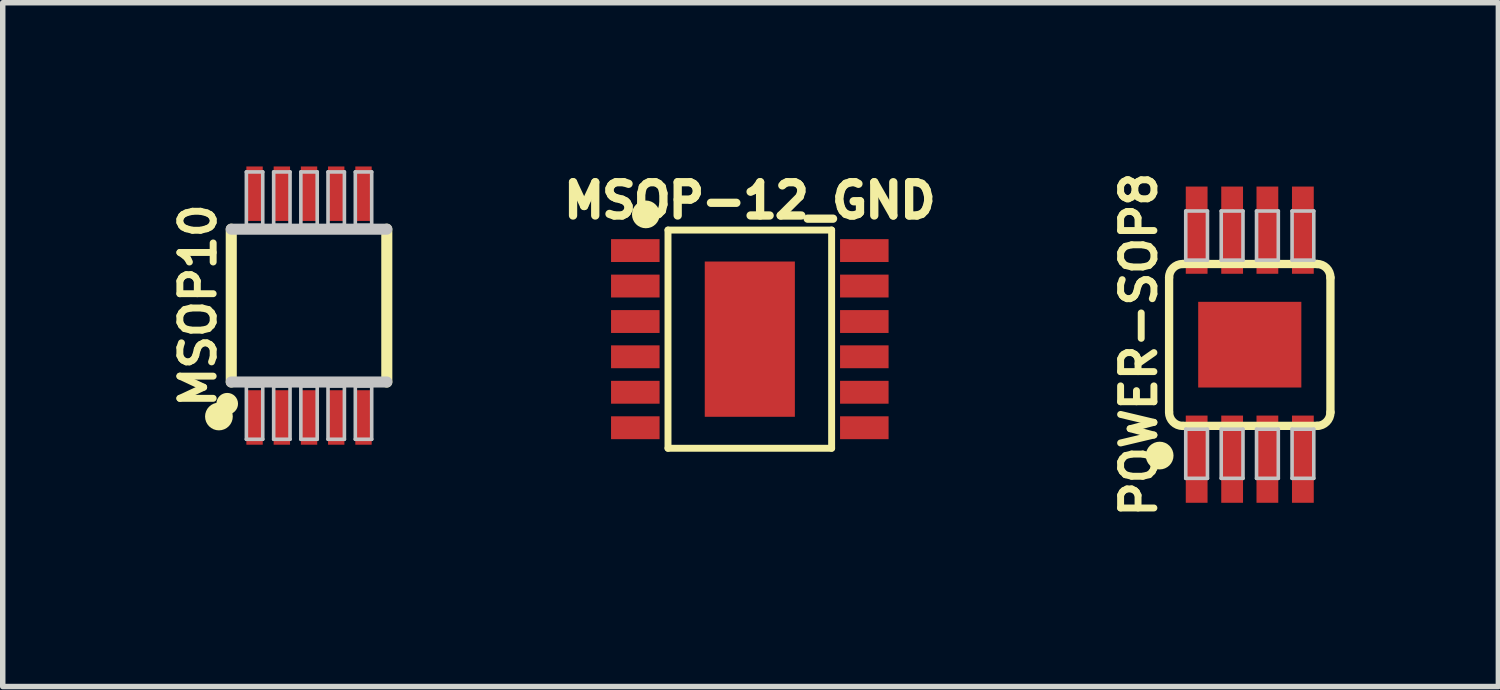
<source format=kicad_pcb>
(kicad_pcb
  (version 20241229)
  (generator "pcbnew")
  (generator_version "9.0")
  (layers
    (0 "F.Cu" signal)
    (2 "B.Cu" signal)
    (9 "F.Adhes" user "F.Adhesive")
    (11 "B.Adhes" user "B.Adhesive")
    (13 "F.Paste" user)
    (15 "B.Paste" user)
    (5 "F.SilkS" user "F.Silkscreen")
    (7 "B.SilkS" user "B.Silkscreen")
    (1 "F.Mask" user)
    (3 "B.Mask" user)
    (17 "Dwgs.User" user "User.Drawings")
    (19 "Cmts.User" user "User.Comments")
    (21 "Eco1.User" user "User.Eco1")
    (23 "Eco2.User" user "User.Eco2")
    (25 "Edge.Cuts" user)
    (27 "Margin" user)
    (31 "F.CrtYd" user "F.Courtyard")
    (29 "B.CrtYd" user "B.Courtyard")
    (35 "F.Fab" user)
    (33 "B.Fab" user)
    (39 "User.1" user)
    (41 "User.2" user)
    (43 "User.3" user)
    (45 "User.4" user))
  (footprint "POWER-SOP8"
    (layer "F.Cu")
    (at 19.848 3.265)
    (property "Reference" "POWER-SOP8" (at -2.032 0 90) (layer "F.SilkS") (effects (font (size 0.61 0.61) (thickness 0.127))))
    (attr smd)
    (fp_line (start -1.478 -1.229) (end -1.478 1.229) (stroke (width 0.152) (type solid)) (layer "F.SilkS"))
    (fp_line (start -1.219 -1.478) (end 1.24 -1.478) (stroke (width 0.152) (type solid)) (layer "F.SilkS"))
    (fp_line (start 1.24 1.488) (end -1.219 1.488) (stroke (width 0.152) (type solid)) (layer "F.SilkS"))
    (fp_line (start 1.478 1.24) (end 1.478 -1.229) (stroke (width 0.152) (type solid)) (layer "F.SilkS"))
    (fp_arc (start -1.47828 -1.22936) (mid -1.405373 -1.405373) (end -1.22936 -1.47828) (stroke (width 0.1524) (type solid)) (layer "F.SilkS"))
    (fp_arc (start -1.22936 1.48844) (mid -1.405373 1.415533) (end -1.47828 1.23952) (stroke (width 0.1524) (type solid)) (layer "F.SilkS"))
    (fp_arc (start 1.22936 -1.47828) (mid 1.405373 -1.405373) (end 1.47828 -1.22936) (stroke (width 0.1524) (type solid)) (layer "F.SilkS"))
    (fp_arc (start 1.47828 1.23952) (mid 1.405373 1.415533) (end 1.22936 1.48844) (stroke (width 0.1524) (type solid)) (layer "F.SilkS"))
    (fp_circle (center -1.651 2.032) (end -1.524 2.032) (stroke (width 0.254) (type solid)) (fill no) (layer "F.SilkS"))
    (fp_line (start -1.173 -2.449) (end -0.775 -2.449) (stroke (width 0.066) (type solid)) (layer "Dwgs.User"))
    (fp_line (start -1.173 -1.549) (end -1.173 -2.449) (stroke (width 0.066) (type solid)) (layer "Dwgs.User"))
    (fp_line (start -1.173 -1.549) (end -0.775 -1.549) (stroke (width 0.066) (type solid)) (layer "Dwgs.User"))
    (fp_line (start -1.173 1.549) (end -0.775 1.549) (stroke (width 0.066) (type solid)) (layer "Dwgs.User"))
    (fp_line (start -1.173 2.449) (end -1.173 1.549) (stroke (width 0.066) (type solid)) (layer "Dwgs.User"))
    (fp_line (start -1.173 2.449) (end -0.775 2.449) (stroke (width 0.066) (type solid)) (layer "Dwgs.User"))
    (fp_line (start -0.775 -1.549) (end -0.775 -2.449) (stroke (width 0.066) (type solid)) (layer "Dwgs.User"))
    (fp_line (start -0.775 2.449) (end -0.775 1.549) (stroke (width 0.066) (type solid)) (layer "Dwgs.User"))
    (fp_line (start -0.523 -2.449) (end -0.124 -2.449) (stroke (width 0.066) (type solid)) (layer "Dwgs.User"))
    (fp_line (start -0.523 -1.549) (end -0.523 -2.449) (stroke (width 0.066) (type solid)) (layer "Dwgs.User"))
    (fp_line (start -0.523 -1.549) (end -0.124 -1.549) (stroke (width 0.066) (type solid)) (layer "Dwgs.User"))
    (fp_line (start -0.523 1.549) (end -0.124 1.549) (stroke (width 0.066) (type solid)) (layer "Dwgs.User"))
    (fp_line (start -0.523 2.449) (end -0.523 1.549) (stroke (width 0.066) (type solid)) (layer "Dwgs.User"))
    (fp_line (start -0.523 2.449) (end -0.124 2.449) (stroke (width 0.066) (type solid)) (layer "Dwgs.User"))
    (fp_line (start -0.124 -1.549) (end -0.124 -2.449) (stroke (width 0.066) (type solid)) (layer "Dwgs.User"))
    (fp_line (start -0.124 2.449) (end -0.124 1.549) (stroke (width 0.066) (type solid)) (layer "Dwgs.User"))
    (fp_line (start 0.124 -2.449) (end 0.523 -2.449) (stroke (width 0.066) (type solid)) (layer "Dwgs.User"))
    (fp_line (start 0.124 -1.549) (end 0.124 -2.449) (stroke (width 0.066) (type solid)) (layer "Dwgs.User"))
    (fp_line (start 0.124 -1.549) (end 0.523 -1.549) (stroke (width 0.066) (type solid)) (layer "Dwgs.User"))
    (fp_line (start 0.124 1.549) (end 0.523 1.549) (stroke (width 0.066) (type solid)) (layer "Dwgs.User"))
    (fp_line (start 0.124 2.449) (end 0.124 1.549) (stroke (width 0.066) (type solid)) (layer "Dwgs.User"))
    (fp_line (start 0.124 2.449) (end 0.523 2.449) (stroke (width 0.066) (type solid)) (layer "Dwgs.User"))
    (fp_line (start 0.523 -1.549) (end 0.523 -2.449) (stroke (width 0.066) (type solid)) (layer "Dwgs.User"))
    (fp_line (start 0.523 2.449) (end 0.523 1.549) (stroke (width 0.066) (type solid)) (layer "Dwgs.User"))
    (fp_line (start 0.775 -2.449) (end 1.173 -2.449) (stroke (width 0.066) (type solid)) (layer "Dwgs.User"))
    (fp_line (start 0.775 -1.549) (end 0.775 -2.449) (stroke (width 0.066) (type solid)) (layer "Dwgs.User"))
    (fp_line (start 0.775 -1.549) (end 1.173 -1.549) (stroke (width 0.066) (type solid)) (layer "Dwgs.User"))
    (fp_line (start 0.775 1.549) (end 1.173 1.549) (stroke (width 0.066) (type solid)) (layer "Dwgs.User"))
    (fp_line (start 0.775 2.449) (end 0.775 1.549) (stroke (width 0.066) (type solid)) (layer "Dwgs.User"))
    (fp_line (start 0.775 2.449) (end 1.173 2.449) (stroke (width 0.066) (type solid)) (layer "Dwgs.User"))
    (fp_line (start 1.173 -1.549) (end 1.173 -2.449) (stroke (width 0.066) (type solid)) (layer "Dwgs.User"))
    (fp_line (start 1.173 2.449) (end 1.173 1.549) (stroke (width 0.066) (type solid)) (layer "Dwgs.User"))
    (pad "1" smd rect (at -0.973 2.098) (size 0.399 1.598) (layers "F.Cu" "F.Mask" "F.Paste"))
    (pad "2" smd rect (at -0.323 2.098) (size 0.399 1.598) (layers "F.Cu" "F.Mask" "F.Paste"))
    (pad "3" smd rect (at 0.323 2.098) (size 0.399 1.598) (layers "F.Cu" "F.Mask" "F.Paste"))
    (pad "4" smd rect (at 0.973 2.098) (size 0.399 1.598) (layers "F.Cu" "F.Mask" "F.Paste"))
    (pad "5" smd rect (at 0.973 -2.098) (size 0.399 1.598) (layers "F.Cu" "F.Mask" "F.Paste"))
    (pad "6" smd rect (at 0.323 -2.098) (size 0.399 1.598) (layers "F.Cu" "F.Mask" "F.Paste"))
    (pad "7" smd rect (at -0.323 -2.098) (size 0.399 1.598) (layers "F.Cu" "F.Mask" "F.Paste"))
    (pad "8" smd rect (at -0.973 -2.098) (size 0.399 1.598) (layers "F.Cu" "F.Mask" "F.Paste"))
    (pad "9" smd rect (at 0 0) (size 1.89 1.57) (layers "F.Cu" "F.Mask" "F.Paste")))
  (footprint "MSOP-12_GND"
    (layer "F.Cu")
    (at 10.688 3.164)
    (property "Reference" "MSOP-12_GND" (at 0 -2.54 0) (layer "F.SilkS") (effects (font (size 0.61 0.61) (thickness 0.152))))
    (attr smd)
    (fp_line (start -1.499 -1.999) (end -1.499 1.999) (stroke (width 0.127) (type solid)) (layer "F.SilkS"))
    (fp_line (start -1.499 1.999) (end 1.499 1.999) (stroke (width 0.127) (type solid)) (layer "F.SilkS"))
    (fp_line (start 1.499 -1.999) (end -1.499 -1.999) (stroke (width 0.127) (type solid)) (layer "F.SilkS"))
    (fp_line (start 1.499 1.999) (end 1.499 -1.999) (stroke (width 0.127) (type solid)) (layer "F.SilkS"))
    (fp_circle (center -1.905 -2.286) (end -1.778 -2.286) (stroke (width 0.254) (type solid)) (fill no) (layer "F.SilkS"))
    (pad "1" smd rect (at -2.098 -1.623 180) (size 0.889 0.419) (layers "F.Cu" "F.Mask" "F.Paste"))
    (pad "2" smd rect (at -2.098 -0.973 180) (size 0.889 0.419) (layers "F.Cu" "F.Mask" "F.Paste"))
    (pad "3" smd rect (at -2.098 -0.323 180) (size 0.889 0.419) (layers "F.Cu" "F.Mask" "F.Paste"))
    (pad "4" smd rect (at -2.098 0.323 180) (size 0.889 0.419) (layers "F.Cu" "F.Mask" "F.Paste"))
    (pad "5" smd rect (at -2.098 0.973 180) (size 0.889 0.419) (layers "F.Cu" "F.Mask" "F.Paste"))
    (pad "6" smd rect (at -2.098 1.623 180) (size 0.889 0.419) (layers "F.Cu" "F.Mask" "F.Paste"))
    (pad "7" smd rect (at 2.098 1.623 180) (size 0.889 0.419) (layers "F.Cu" "F.Mask" "F.Paste"))
    (pad "8" smd rect (at 2.098 0.973 180) (size 0.889 0.419) (layers "F.Cu" "F.Mask" "F.Paste"))
    (pad "9" smd rect (at 2.098 0.323 180) (size 0.889 0.419) (layers "F.Cu" "F.Mask" "F.Paste"))
    (pad "10" smd rect (at 2.098 -0.323 180) (size 0.889 0.419) (layers "F.Cu" "F.Mask" "F.Paste"))
    (pad "11" smd rect (at 2.098 -0.973 180) (size 0.889 0.419) (layers "F.Cu" "F.Mask" "F.Paste"))
    (pad "12" smd rect (at 2.098 -1.623 180) (size 0.889 0.419) (layers "F.Cu" "F.Mask" "F.Paste"))
    (pad "13" smd rect (at 0 0 90) (size 2.845 1.651) (layers "F.Cu" "F.Mask" "F.Paste")))
  (footprint "MSOP10"
    (layer "F.Cu")
    (at 2.612 2.549)
    (property "Reference" "MSOP10" (at -2.032 0 90) (layer "F.SilkS") (effects (font (size 0.61 0.61) (thickness 0.127))))
    (attr smd)
    (fp_line (start -1.425 -1.4) (end -1.425 1.4) (stroke (width 0.203) (type solid)) (layer "F.SilkS"))
    (fp_line (start 1.425 1.4) (end 1.425 -1.4) (stroke (width 0.203) (type solid)) (layer "F.SilkS"))
    (fp_circle (center -1.651 2.032) (end -1.524 2.032) (stroke (width 0.254) (type solid)) (fill no) (layer "F.SilkS"))
    (fp_circle (center -1.499 1.798) (end -1.499 1.6) (stroke (width 0) (type solid)) (fill yes) (layer "F.SilkS"))
    (fp_line (start -1.425 1.4) (end 1.425 1.4) (stroke (width 0.203) (type solid)) (layer "Dwgs.User"))
    (fp_line (start -1.148 -2.449) (end -0.848 -2.449) (stroke (width 0.066) (type solid)) (layer "Dwgs.User"))
    (fp_line (start -1.148 -1.473) (end -1.148 -2.449) (stroke (width 0.066) (type solid)) (layer "Dwgs.User"))
    (fp_line (start -1.148 -1.473) (end -0.848 -1.473) (stroke (width 0.066) (type solid)) (layer "Dwgs.User"))
    (fp_line (start -1.148 1.473) (end -0.848 1.473) (stroke (width 0.066) (type solid)) (layer "Dwgs.User"))
    (fp_line (start -1.148 2.449) (end -1.148 1.473) (stroke (width 0.066) (type solid)) (layer "Dwgs.User"))
    (fp_line (start -1.148 2.449) (end -0.848 2.449) (stroke (width 0.066) (type solid)) (layer "Dwgs.User"))
    (fp_line (start -0.848 -1.473) (end -0.848 -2.449) (stroke (width 0.066) (type solid)) (layer "Dwgs.User"))
    (fp_line (start -0.848 2.449) (end -0.848 1.473) (stroke (width 0.066) (type solid)) (layer "Dwgs.User"))
    (fp_line (start -0.648 -2.449) (end -0.348 -2.449) (stroke (width 0.066) (type solid)) (layer "Dwgs.User"))
    (fp_line (start -0.648 -1.473) (end -0.648 -2.449) (stroke (width 0.066) (type solid)) (layer "Dwgs.User"))
    (fp_line (start -0.648 -1.473) (end -0.348 -1.473) (stroke (width 0.066) (type solid)) (layer "Dwgs.User"))
    (fp_line (start -0.648 1.473) (end -0.348 1.473) (stroke (width 0.066) (type solid)) (layer "Dwgs.User"))
    (fp_line (start -0.648 2.449) (end -0.648 1.473) (stroke (width 0.066) (type solid)) (layer "Dwgs.User"))
    (fp_line (start -0.648 2.449) (end -0.348 2.449) (stroke (width 0.066) (type solid)) (layer "Dwgs.User"))
    (fp_line (start -0.348 -1.473) (end -0.348 -2.449) (stroke (width 0.066) (type solid)) (layer "Dwgs.User"))
    (fp_line (start -0.348 2.449) (end -0.348 1.473) (stroke (width 0.066) (type solid)) (layer "Dwgs.User"))
    (fp_line (start -0.15 -2.449) (end 0.15 -2.449) (stroke (width 0.066) (type solid)) (layer "Dwgs.User"))
    (fp_line (start -0.15 -1.473) (end -0.15 -2.449) (stroke (width 0.066) (type solid)) (layer "Dwgs.User"))
    (fp_line (start -0.15 -1.473) (end 0.15 -1.473) (stroke (width 0.066) (type solid)) (layer "Dwgs.User"))
    (fp_line (start -0.15 1.473) (end 0.15 1.473) (stroke (width 0.066) (type solid)) (layer "Dwgs.User"))
    (fp_line (start -0.15 2.449) (end -0.15 1.473) (stroke (width 0.066) (type solid)) (layer "Dwgs.User"))
    (fp_line (start -0.15 2.449) (end 0.15 2.449) (stroke (width 0.066) (type solid)) (layer "Dwgs.User"))
    (fp_line (start 0.15 -1.473) (end 0.15 -2.449) (stroke (width 0.066) (type solid)) (layer "Dwgs.User"))
    (fp_line (start 0.15 2.449) (end 0.15 1.473) (stroke (width 0.066) (type solid)) (layer "Dwgs.User"))
    (fp_line (start 0.348 -2.449) (end 0.648 -2.449) (stroke (width 0.066) (type solid)) (layer "Dwgs.User"))
    (fp_line (start 0.348 -1.473) (end 0.348 -2.449) (stroke (width 0.066) (type solid)) (layer "Dwgs.User"))
    (fp_line (start 0.348 -1.473) (end 0.648 -1.473) (stroke (width 0.066) (type solid)) (layer "Dwgs.User"))
    (fp_line (start 0.348 1.473) (end 0.648 1.473) (stroke (width 0.066) (type solid)) (layer "Dwgs.User"))
    (fp_line (start 0.348 2.449) (end 0.348 1.473) (stroke (width 0.066) (type solid)) (layer "Dwgs.User"))
    (fp_line (start 0.348 2.449) (end 0.648 2.449) (stroke (width 0.066) (type solid)) (layer "Dwgs.User"))
    (fp_line (start 0.648 -1.473) (end 0.648 -2.449) (stroke (width 0.066) (type solid)) (layer "Dwgs.User"))
    (fp_line (start 0.648 2.449) (end 0.648 1.473) (stroke (width 0.066) (type solid)) (layer "Dwgs.User"))
    (fp_line (start 0.848 -2.449) (end 1.148 -2.449) (stroke (width 0.066) (type solid)) (layer "Dwgs.User"))
    (fp_line (start 0.848 -1.473) (end 0.848 -2.449) (stroke (width 0.066) (type solid)) (layer "Dwgs.User"))
    (fp_line (start 0.848 -1.473) (end 1.148 -1.473) (stroke (width 0.066) (type solid)) (layer "Dwgs.User"))
    (fp_line (start 0.848 1.473) (end 1.148 1.473) (stroke (width 0.066) (type solid)) (layer "Dwgs.User"))
    (fp_line (start 0.848 2.449) (end 0.848 1.473) (stroke (width 0.066) (type solid)) (layer "Dwgs.User"))
    (fp_line (start 0.848 2.449) (end 1.148 2.449) (stroke (width 0.066) (type solid)) (layer "Dwgs.User"))
    (fp_line (start 1.148 -1.473) (end 1.148 -2.449) (stroke (width 0.066) (type solid)) (layer "Dwgs.User"))
    (fp_line (start 1.148 2.449) (end 1.148 1.473) (stroke (width 0.066) (type solid)) (layer "Dwgs.User"))
    (fp_line (start 1.425 -1.4) (end -1.425 -1.4) (stroke (width 0.203) (type solid)) (layer "Dwgs.User"))
    (pad "1" smd rect (at -0.998 2.05) (size 0.3 0.998) (layers "F.Cu" "F.Mask" "F.Paste"))
    (pad "2" smd rect (at -0.498 2.05) (size 0.3 0.998) (layers "F.Cu" "F.Mask" "F.Paste"))
    (pad "3" smd rect (at 0 2.05) (size 0.3 0.998) (layers "F.Cu" "F.Mask" "F.Paste"))
    (pad "4" smd rect (at 0.498 2.05) (size 0.3 0.998) (layers "F.Cu" "F.Mask" "F.Paste"))
    (pad "5" smd rect (at 0.998 2.05) (size 0.3 0.998) (layers "F.Cu" "F.Mask" "F.Paste"))
    (pad "6" smd rect (at 0.998 -2.05 180) (size 0.3 0.998) (layers "F.Cu" "F.Mask" "F.Paste"))
    (pad "7" smd rect (at 0.498 -2.05 180) (size 0.3 0.998) (layers "F.Cu" "F.Mask" "F.Paste"))
    (pad "8" smd rect (at 0 -2.05 180) (size 0.3 0.998) (layers "F.Cu" "F.Mask" "F.Paste"))
    (pad "9" smd rect (at -0.498 -2.05 180) (size 0.3 0.998) (layers "F.Cu" "F.Mask" "F.Paste"))
    (pad "10" smd rect (at -0.998 -2.05 180) (size 0.3 0.998) (layers "F.Cu" "F.Mask" "F.Paste")))
  (gr_rect
    (start -3 -3)
    (end 24.403 9.529)
    (stroke (width 0.1) (type default))
    (fill no)
    (layer "Edge.Cuts")))
</source>
